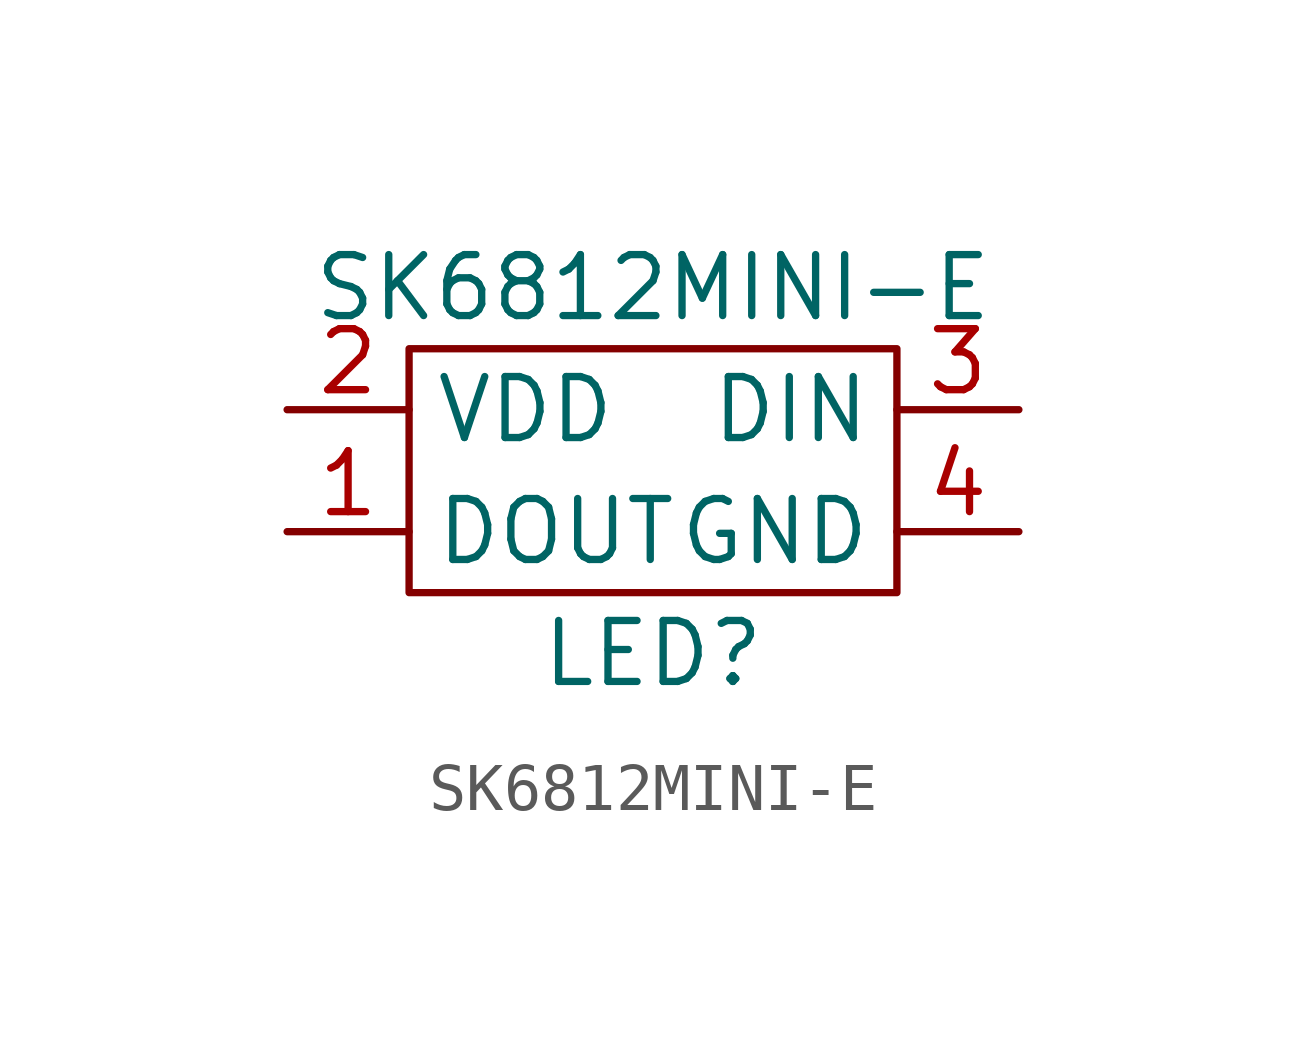
<source format=kicad_sym>
(kicad_symbol_lib
  (version 20211014)
  (generator kicad_symbol_editor)
  (symbol "SK6812MINI-E"
    (property "Reference" "LED"
      (at 0 -3.81 0)
      (effects (font (size 1.27 1.27))))
    (property "Value" "SK6812MINI-E"
      (at 0 3.81 0)
      (effects (font (size 1.27 1.27))))
    (symbol "SK6812MINI-E_0_1"
      (rectangle (start 5.08 2.54) (end -5.08 -2.54) (stroke (width 0) (type default) (color 0 0 0 0)) (fill (type none))))
    (symbol "SK6812MINI-E_1_1"
      (pin output line (at -7.62 -1.27 0) (length 2.54) (name "DOUT" (effects (font (size 1.27 1.27)))) (number "1" (effects (font (size 1.27 1.27)))))
      (pin power_in line (at -7.62 1.27 0) (length 2.54) (name "VDD" (effects (font (size 1.27 1.27)))) (number "2" (effects (font (size 1.27 1.27)))))
      (pin input line (at 7.62 1.27 180) (length 2.54) (name "DIN" (effects (font (size 1.27 1.27)))) (number "3" (effects (font (size 1.27 1.27)))))
      (pin power_in line (at 7.62 -1.27 180) (length 2.54) (name "GND" (effects (font (size 1.27 1.27)))) (number "4" (effects (font (size 1.27 1.27))))))))
</source>
